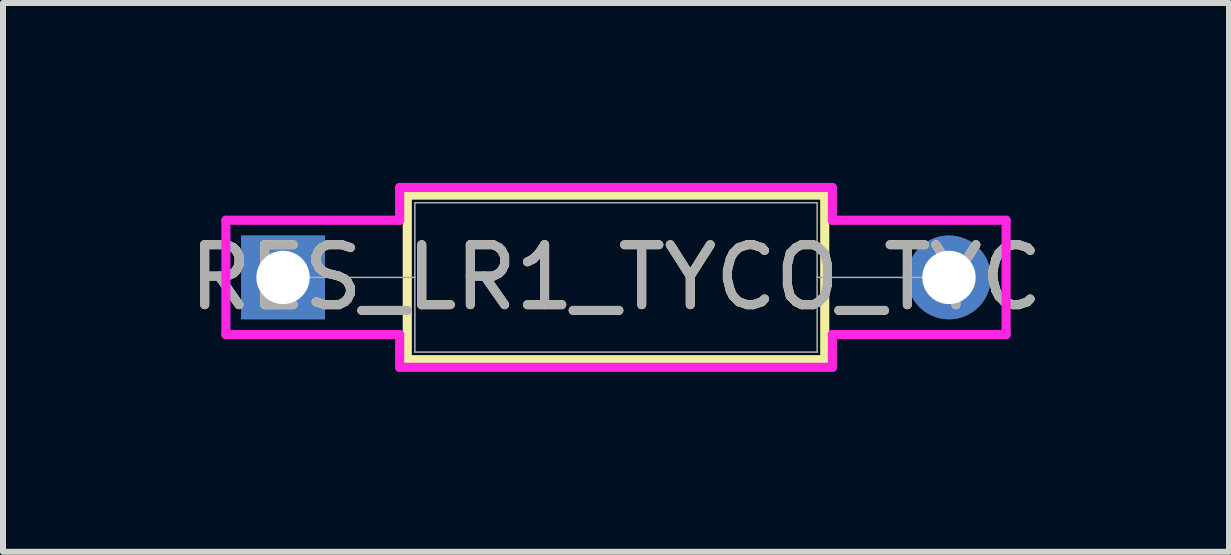
<source format=kicad_pcb>
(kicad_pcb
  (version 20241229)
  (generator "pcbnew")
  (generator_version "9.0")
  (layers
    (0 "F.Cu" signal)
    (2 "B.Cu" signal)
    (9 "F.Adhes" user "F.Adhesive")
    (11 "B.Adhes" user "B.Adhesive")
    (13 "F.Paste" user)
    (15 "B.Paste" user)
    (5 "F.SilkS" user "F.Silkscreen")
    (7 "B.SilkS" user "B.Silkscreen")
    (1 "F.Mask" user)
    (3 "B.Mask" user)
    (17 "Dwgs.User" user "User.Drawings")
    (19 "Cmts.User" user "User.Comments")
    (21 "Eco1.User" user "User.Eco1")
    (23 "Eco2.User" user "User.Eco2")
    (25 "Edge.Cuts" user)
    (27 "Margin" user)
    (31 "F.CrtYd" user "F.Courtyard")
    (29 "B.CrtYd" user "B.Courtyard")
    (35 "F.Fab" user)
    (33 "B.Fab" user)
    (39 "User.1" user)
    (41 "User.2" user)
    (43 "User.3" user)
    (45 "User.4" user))
  (footprint "RES_LR1_TYCO_TYC"
    (layer "F.Cu")
    (at 1.669 1.575)
    (property "Reference" "RES_LR1_TYCO_TYC" (at 5.551 0 0) (unlocked yes) (layer "F.SilkS") (effects (font (size 1 1) (thickness 0.15))))
    (attr through_hole)
    (fp_line (start 2.071 -1.372) (end 2.071 1.372) (stroke (width 0.152) (type solid)) (layer "F.SilkS"))
    (fp_line (start 2.071 1.372) (end 9.031 1.372) (stroke (width 0.152) (type solid)) (layer "F.SilkS"))
    (fp_line (start 9.031 -1.372) (end 2.071 -1.372) (stroke (width 0.152) (type solid)) (layer "F.SilkS"))
    (fp_line (start 9.031 1.372) (end 9.031 -1.372) (stroke (width 0.152) (type solid)) (layer "F.SilkS"))
    (fp_line (start -0.953 -0.953) (end 1.944 -0.953) (stroke (width 0.152) (type solid)) (layer "F.CrtYd"))
    (fp_line (start -0.953 0.953) (end -0.953 -0.953) (stroke (width 0.152) (type solid)) (layer "F.CrtYd"))
    (fp_line (start 1.944 -1.499) (end 9.158 -1.499) (stroke (width 0.152) (type solid)) (layer "F.CrtYd"))
    (fp_line (start 1.944 -0.953) (end 1.944 -1.499) (stroke (width 0.152) (type solid)) (layer "F.CrtYd"))
    (fp_line (start 1.944 0.953) (end -0.953 0.953) (stroke (width 0.152) (type solid)) (layer "F.CrtYd"))
    (fp_line (start 1.944 1.499) (end 1.944 0.953) (stroke (width 0.152) (type solid)) (layer "F.CrtYd"))
    (fp_line (start 9.158 -1.499) (end 9.158 -0.953) (stroke (width 0.152) (type solid)) (layer "F.CrtYd"))
    (fp_line (start 9.158 -0.953) (end 12.055 -0.953) (stroke (width 0.152) (type solid)) (layer "F.CrtYd"))
    (fp_line (start 9.158 0.953) (end 9.158 1.499) (stroke (width 0.152) (type solid)) (layer "F.CrtYd"))
    (fp_line (start 9.158 1.499) (end 1.944 1.499) (stroke (width 0.152) (type solid)) (layer "F.CrtYd"))
    (fp_line (start 12.055 -0.953) (end 12.055 0.953) (stroke (width 0.152) (type solid)) (layer "F.CrtYd"))
    (fp_line (start 12.055 0.953) (end 9.158 0.953) (stroke (width 0.152) (type solid)) (layer "F.CrtYd"))
    (fp_line (start 0 0) (end 2.198 0) (stroke (width 0.025) (type solid)) (layer "F.Fab"))
    (fp_line (start 2.198 -1.245) (end 2.198 1.245) (stroke (width 0.025) (type solid)) (layer "F.Fab"))
    (fp_line (start 2.198 1.245) (end 8.904 1.245) (stroke (width 0.025) (type solid)) (layer "F.Fab"))
    (fp_line (start 8.904 -1.245) (end 2.198 -1.245) (stroke (width 0.025) (type solid)) (layer "F.Fab"))
    (fp_line (start 8.904 1.245) (end 8.904 -1.245) (stroke (width 0.025) (type solid)) (layer "F.Fab"))
    (fp_line (start 11.102 0) (end 8.904 0) (stroke (width 0.025) (type solid)) (layer "F.Fab"))
    (fp_text user "${REFERENCE}" (at 5.551 0 0) (unlocked yes) (layer "F.Fab") (effects (font (size 1 1) (thickness 0.15))))
    (pad "1" thru_hole rect (at 0 0) (size 1.397 1.397) (drill 0.889) (layers "*.Cu" "*.Mask"))
    (pad "2" thru_hole circle (at 11.102 0) (size 1.397 1.397) (drill 0.889) (layers "*.Cu" "*.Mask")))
  (gr_rect
    (start -3 -3)
    (end 17.44 6.15)
    (stroke (width 0.1) (type default))
    (fill no)
    (layer "Edge.Cuts")))
</source>
